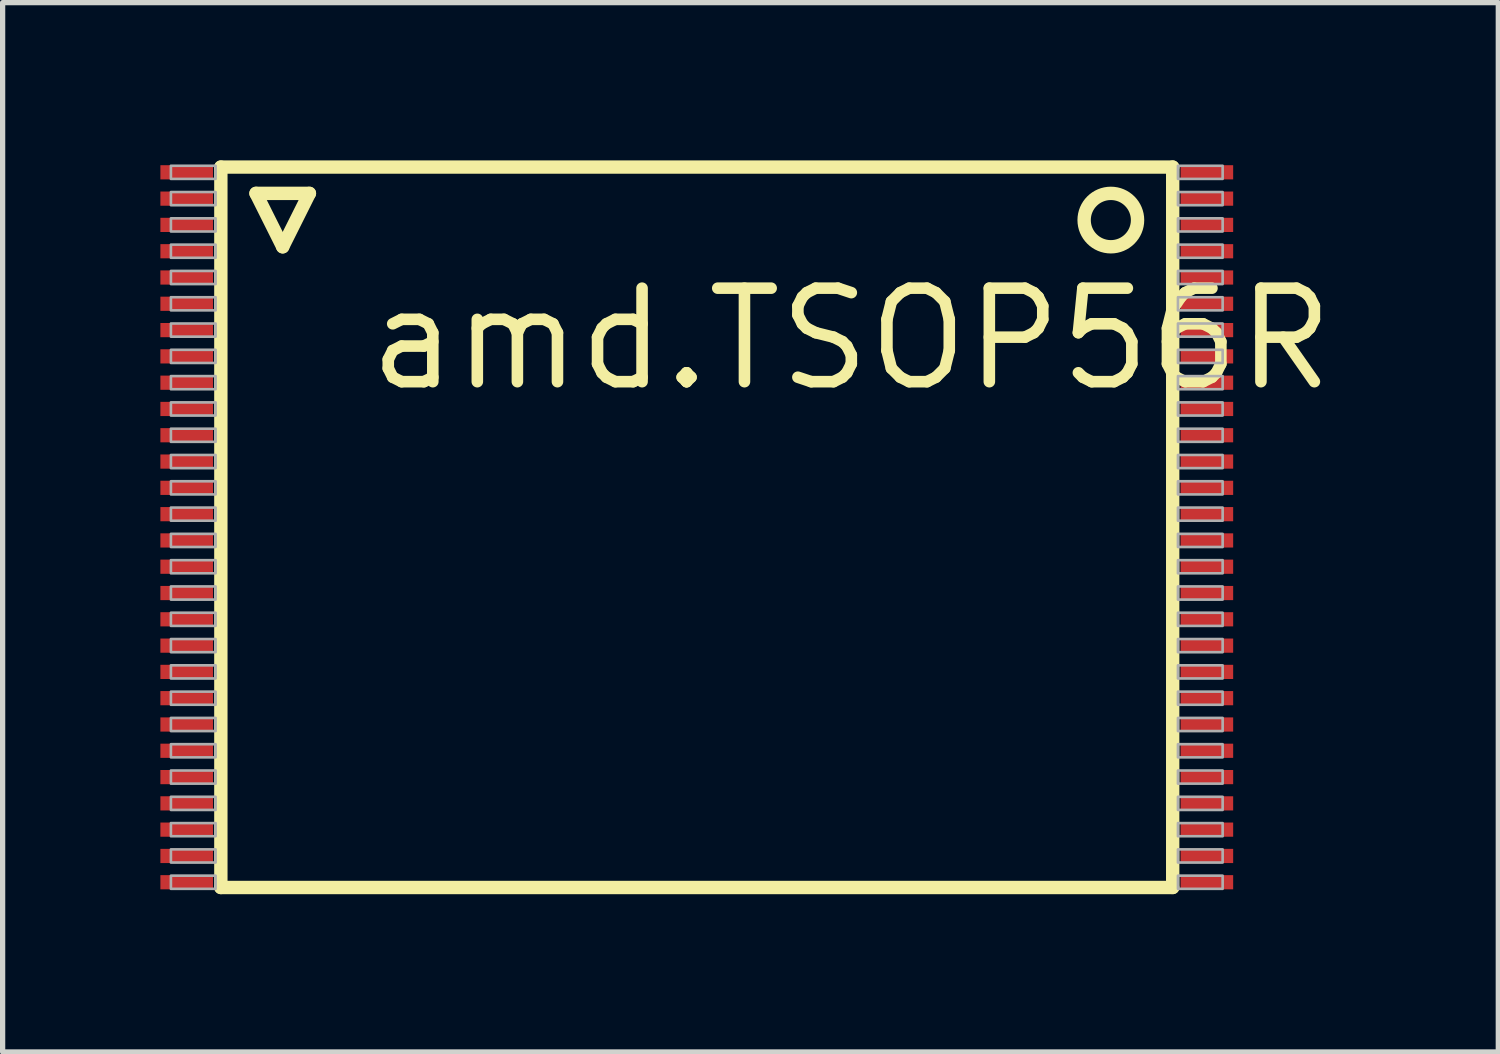
<source format=kicad_pcb>
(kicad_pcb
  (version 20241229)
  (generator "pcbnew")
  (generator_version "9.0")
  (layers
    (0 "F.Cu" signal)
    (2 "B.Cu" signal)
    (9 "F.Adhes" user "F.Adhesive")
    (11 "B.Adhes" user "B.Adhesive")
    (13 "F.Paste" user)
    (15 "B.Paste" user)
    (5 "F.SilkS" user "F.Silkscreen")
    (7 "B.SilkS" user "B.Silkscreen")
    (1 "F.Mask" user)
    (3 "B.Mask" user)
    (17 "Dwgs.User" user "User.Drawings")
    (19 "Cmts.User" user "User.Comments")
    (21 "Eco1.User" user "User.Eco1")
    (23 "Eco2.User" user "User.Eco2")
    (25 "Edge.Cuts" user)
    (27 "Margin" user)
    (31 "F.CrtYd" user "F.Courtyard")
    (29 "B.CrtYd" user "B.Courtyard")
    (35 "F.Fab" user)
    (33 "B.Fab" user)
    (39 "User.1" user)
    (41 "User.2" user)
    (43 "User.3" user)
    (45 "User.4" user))
  (footprint "amd.TSOP56R"
    (layer "F.Cu")
    (at 10.2 6.977)
    (property "Reference" "amd.TSOP56R" (at -6.35 -2.54 0) (layer "F.SilkS") (effects (font (size 1.778 1.778) (thickness 0.22)) (justify left bottom)))
    (attr smd)
    (fp_line (start -9.05 -6.85) (end 9.05 -6.85) (stroke (width 0.254) (type default)) (layer "F.SilkS"))
    (fp_line (start -9.05 6.85) (end -9.05 -6.85) (stroke (width 0.254) (type default)) (layer "F.SilkS"))
    (fp_line (start -8.382 -6.35) (end -7.366 -6.35) (stroke (width 0.254) (type default)) (layer "F.SilkS"))
    (fp_line (start -7.874 -5.334) (end -8.382 -6.35) (stroke (width 0.254) (type default)) (layer "F.SilkS"))
    (fp_line (start -7.366 -6.35) (end -7.874 -5.334) (stroke (width 0.254) (type default)) (layer "F.SilkS"))
    (fp_line (start 9.05 -6.85) (end 9.05 6.85) (stroke (width 0.254) (type default)) (layer "F.SilkS"))
    (fp_line (start 9.05 6.85) (end -9.05 6.85) (stroke (width 0.254) (type default)) (layer "F.SilkS"))
    (fp_circle (center 7.874 -5.842) (end 8.382 -5.842) (stroke (width 0.254) (type default)) (fill no) (layer "F.SilkS"))
    (fp_rect (start -10 -6.625) (end -9.15 -6.875) (stroke (width 0.05) (type default)) (fill no) (layer "F.Fab"))
    (fp_rect (start -10 -6.125) (end -9.15 -6.375) (stroke (width 0.05) (type default)) (fill no) (layer "F.Fab"))
    (fp_rect (start -10 -5.625) (end -9.15 -5.875) (stroke (width 0.05) (type default)) (fill no) (layer "F.Fab"))
    (fp_rect (start -10 -5.125) (end -9.15 -5.375) (stroke (width 0.05) (type default)) (fill no) (layer "F.Fab"))
    (fp_rect (start -10 -4.625) (end -9.15 -4.875) (stroke (width 0.05) (type default)) (fill no) (layer "F.Fab"))
    (fp_rect (start -10 -4.125) (end -9.15 -4.375) (stroke (width 0.05) (type default)) (fill no) (layer "F.Fab"))
    (fp_rect (start -10 -3.625) (end -9.15 -3.875) (stroke (width 0.05) (type default)) (fill no) (layer "F.Fab"))
    (fp_rect (start -10 -3.125) (end -9.15 -3.375) (stroke (width 0.05) (type default)) (fill no) (layer "F.Fab"))
    (fp_rect (start -10 -2.625) (end -9.15 -2.875) (stroke (width 0.05) (type default)) (fill no) (layer "F.Fab"))
    (fp_rect (start -10 -2.125) (end -9.15 -2.375) (stroke (width 0.05) (type default)) (fill no) (layer "F.Fab"))
    (fp_rect (start -10 -1.625) (end -9.15 -1.875) (stroke (width 0.05) (type default)) (fill no) (layer "F.Fab"))
    (fp_rect (start -10 -1.125) (end -9.15 -1.375) (stroke (width 0.05) (type default)) (fill no) (layer "F.Fab"))
    (fp_rect (start -10 -0.625) (end -9.15 -0.875) (stroke (width 0.05) (type default)) (fill no) (layer "F.Fab"))
    (fp_rect (start -10 -0.125) (end -9.15 -0.375) (stroke (width 0.05) (type default)) (fill no) (layer "F.Fab"))
    (fp_rect (start -10 0.375) (end -9.15 0.125) (stroke (width 0.05) (type default)) (fill no) (layer "F.Fab"))
    (fp_rect (start -10 0.875) (end -9.15 0.625) (stroke (width 0.05) (type default)) (fill no) (layer "F.Fab"))
    (fp_rect (start -10 1.375) (end -9.15 1.125) (stroke (width 0.05) (type default)) (fill no) (layer "F.Fab"))
    (fp_rect (start -10 1.875) (end -9.15 1.625) (stroke (width 0.05) (type default)) (fill no) (layer "F.Fab"))
    (fp_rect (start -10 2.375) (end -9.15 2.125) (stroke (width 0.05) (type default)) (fill no) (layer "F.Fab"))
    (fp_rect (start -10 2.875) (end -9.15 2.625) (stroke (width 0.05) (type default)) (fill no) (layer "F.Fab"))
    (fp_rect (start -10 3.375) (end -9.15 3.125) (stroke (width 0.05) (type default)) (fill no) (layer "F.Fab"))
    (fp_rect (start -10 3.875) (end -9.15 3.625) (stroke (width 0.05) (type default)) (fill no) (layer "F.Fab"))
    (fp_rect (start -10 4.375) (end -9.15 4.125) (stroke (width 0.05) (type default)) (fill no) (layer "F.Fab"))
    (fp_rect (start -10 4.875) (end -9.15 4.625) (stroke (width 0.05) (type default)) (fill no) (layer "F.Fab"))
    (fp_rect (start -10 5.375) (end -9.15 5.125) (stroke (width 0.05) (type default)) (fill no) (layer "F.Fab"))
    (fp_rect (start -10 5.875) (end -9.15 5.625) (stroke (width 0.05) (type default)) (fill no) (layer "F.Fab"))
    (fp_rect (start -10 6.375) (end -9.15 6.125) (stroke (width 0.05) (type default)) (fill no) (layer "F.Fab"))
    (fp_rect (start -10 6.875) (end -9.15 6.625) (stroke (width 0.05) (type default)) (fill no) (layer "F.Fab"))
    (fp_rect (start 9.15 -6.625) (end 10 -6.875) (stroke (width 0.05) (type default)) (fill no) (layer "F.Fab"))
    (fp_rect (start 9.15 -6.125) (end 10 -6.375) (stroke (width 0.05) (type default)) (fill no) (layer "F.Fab"))
    (fp_rect (start 9.15 -5.625) (end 10 -5.875) (stroke (width 0.05) (type default)) (fill no) (layer "F.Fab"))
    (fp_rect (start 9.15 -5.125) (end 10 -5.375) (stroke (width 0.05) (type default)) (fill no) (layer "F.Fab"))
    (fp_rect (start 9.15 -4.625) (end 10 -4.875) (stroke (width 0.05) (type default)) (fill no) (layer "F.Fab"))
    (fp_rect (start 9.15 -4.125) (end 10 -4.375) (stroke (width 0.05) (type default)) (fill no) (layer "F.Fab"))
    (fp_rect (start 9.15 -3.625) (end 10 -3.875) (stroke (width 0.05) (type default)) (fill no) (layer "F.Fab"))
    (fp_rect (start 9.15 -3.125) (end 10 -3.375) (stroke (width 0.05) (type default)) (fill no) (layer "F.Fab"))
    (fp_rect (start 9.15 -2.625) (end 10 -2.875) (stroke (width 0.05) (type default)) (fill no) (layer "F.Fab"))
    (fp_rect (start 9.15 -2.125) (end 10 -2.375) (stroke (width 0.05) (type default)) (fill no) (layer "F.Fab"))
    (fp_rect (start 9.15 -1.625) (end 10 -1.875) (stroke (width 0.05) (type default)) (fill no) (layer "F.Fab"))
    (fp_rect (start 9.15 -1.125) (end 10 -1.375) (stroke (width 0.05) (type default)) (fill no) (layer "F.Fab"))
    (fp_rect (start 9.15 -0.625) (end 10 -0.875) (stroke (width 0.05) (type default)) (fill no) (layer "F.Fab"))
    (fp_rect (start 9.15 -0.125) (end 10 -0.375) (stroke (width 0.05) (type default)) (fill no) (layer "F.Fab"))
    (fp_rect (start 9.15 0.375) (end 10 0.125) (stroke (width 0.05) (type default)) (fill no) (layer "F.Fab"))
    (fp_rect (start 9.15 0.875) (end 10 0.625) (stroke (width 0.05) (type default)) (fill no) (layer "F.Fab"))
    (fp_rect (start 9.15 1.375) (end 10 1.125) (stroke (width 0.05) (type default)) (fill no) (layer "F.Fab"))
    (fp_rect (start 9.15 1.875) (end 10 1.625) (stroke (width 0.05) (type default)) (fill no) (layer "F.Fab"))
    (fp_rect (start 9.15 2.375) (end 10 2.125) (stroke (width 0.05) (type default)) (fill no) (layer "F.Fab"))
    (fp_rect (start 9.15 2.875) (end 10 2.625) (stroke (width 0.05) (type default)) (fill no) (layer "F.Fab"))
    (fp_rect (start 9.15 3.375) (end 10 3.125) (stroke (width 0.05) (type default)) (fill no) (layer "F.Fab"))
    (fp_rect (start 9.15 3.875) (end 10 3.625) (stroke (width 0.05) (type default)) (fill no) (layer "F.Fab"))
    (fp_rect (start 9.15 4.375) (end 10 4.125) (stroke (width 0.05) (type default)) (fill no) (layer "F.Fab"))
    (fp_rect (start 9.15 4.875) (end 10 4.625) (stroke (width 0.05) (type default)) (fill no) (layer "F.Fab"))
    (fp_rect (start 9.15 5.375) (end 10 5.125) (stroke (width 0.05) (type default)) (fill no) (layer "F.Fab"))
    (fp_rect (start 9.15 5.875) (end 10 5.625) (stroke (width 0.05) (type default)) (fill no) (layer "F.Fab"))
    (fp_rect (start 9.15 6.375) (end 10 6.125) (stroke (width 0.05) (type default)) (fill no) (layer "F.Fab"))
    (fp_rect (start 9.15 6.875) (end 10 6.625) (stroke (width 0.05) (type default)) (fill no) (layer "F.Fab"))
    (pad "1" smd roundrect (at -9.7 -6.75) (size 1 0.27) (layers "F.Cu" "F.Mask" "F.Paste") (roundrect_rratio 0.01))
    (pad "2" smd roundrect (at -9.7 -6.25) (size 1 0.27) (layers "F.Cu" "F.Mask" "F.Paste") (roundrect_rratio 0.01))
    (pad "3" smd roundrect (at -9.7 -5.75) (size 1 0.27) (layers "F.Cu" "F.Mask" "F.Paste") (roundrect_rratio 0.01))
    (pad "4" smd roundrect (at -9.7 -5.25) (size 1 0.27) (layers "F.Cu" "F.Mask" "F.Paste") (roundrect_rratio 0.01))
    (pad "5" smd roundrect (at -9.7 -4.75) (size 1 0.27) (layers "F.Cu" "F.Mask" "F.Paste") (roundrect_rratio 0.01))
    (pad "6" smd roundrect (at -9.7 -4.25) (size 1 0.27) (layers "F.Cu" "F.Mask" "F.Paste") (roundrect_rratio 0.01))
    (pad "7" smd roundrect (at -9.7 -3.75) (size 1 0.27) (layers "F.Cu" "F.Mask" "F.Paste") (roundrect_rratio 0.01))
    (pad "8" smd roundrect (at -9.7 -3.25) (size 1 0.27) (layers "F.Cu" "F.Mask" "F.Paste") (roundrect_rratio 0.01))
    (pad "9" smd roundrect (at -9.7 -2.75) (size 1 0.27) (layers "F.Cu" "F.Mask" "F.Paste") (roundrect_rratio 0.01))
    (pad "10" smd roundrect (at -9.7 -2.25) (size 1 0.27) (layers "F.Cu" "F.Mask" "F.Paste") (roundrect_rratio 0.01))
    (pad "11" smd roundrect (at -9.7 -1.75) (size 1 0.27) (layers "F.Cu" "F.Mask" "F.Paste") (roundrect_rratio 0.01))
    (pad "12" smd roundrect (at -9.7 -1.25) (size 1 0.27) (layers "F.Cu" "F.Mask" "F.Paste") (roundrect_rratio 0.01))
    (pad "13" smd roundrect (at -9.7 -0.75) (size 1 0.27) (layers "F.Cu" "F.Mask" "F.Paste") (roundrect_rratio 0.01))
    (pad "14" smd roundrect (at -9.7 -0.25) (size 1 0.27) (layers "F.Cu" "F.Mask" "F.Paste") (roundrect_rratio 0.01))
    (pad "15" smd roundrect (at -9.7 0.25) (size 1 0.27) (layers "F.Cu" "F.Mask" "F.Paste") (roundrect_rratio 0.01))
    (pad "16" smd roundrect (at -9.7 0.75) (size 1 0.27) (layers "F.Cu" "F.Mask" "F.Paste") (roundrect_rratio 0.01))
    (pad "17" smd roundrect (at -9.7 1.25) (size 1 0.27) (layers "F.Cu" "F.Mask" "F.Paste") (roundrect_rratio 0.01))
    (pad "18" smd roundrect (at -9.7 1.75) (size 1 0.27) (layers "F.Cu" "F.Mask" "F.Paste") (roundrect_rratio 0.01))
    (pad "19" smd roundrect (at -9.7 2.25) (size 1 0.27) (layers "F.Cu" "F.Mask" "F.Paste") (roundrect_rratio 0.01))
    (pad "20" smd roundrect (at -9.7 2.75) (size 1 0.27) (layers "F.Cu" "F.Mask" "F.Paste") (roundrect_rratio 0.01))
    (pad "21" smd roundrect (at -9.7 3.25) (size 1 0.27) (layers "F.Cu" "F.Mask" "F.Paste") (roundrect_rratio 0.01))
    (pad "22" smd roundrect (at -9.7 3.75) (size 1 0.27) (layers "F.Cu" "F.Mask" "F.Paste") (roundrect_rratio 0.01))
    (pad "23" smd roundrect (at -9.7 4.25) (size 1 0.27) (layers "F.Cu" "F.Mask" "F.Paste") (roundrect_rratio 0.01))
    (pad "24" smd roundrect (at -9.7 4.75) (size 1 0.27) (layers "F.Cu" "F.Mask" "F.Paste") (roundrect_rratio 0.01))
    (pad "25" smd roundrect (at -9.7 5.25) (size 1 0.27) (layers "F.Cu" "F.Mask" "F.Paste") (roundrect_rratio 0.01))
    (pad "26" smd roundrect (at -9.7 5.75) (size 1 0.27) (layers "F.Cu" "F.Mask" "F.Paste") (roundrect_rratio 0.01))
    (pad "27" smd roundrect (at -9.7 6.25) (size 1 0.27) (layers "F.Cu" "F.Mask" "F.Paste") (roundrect_rratio 0.01))
    (pad "28" smd roundrect (at -9.7 6.75) (size 1 0.27) (layers "F.Cu" "F.Mask" "F.Paste") (roundrect_rratio 0.01))
    (pad "29" smd roundrect (at 9.7 6.75 180) (size 1 0.27) (layers "F.Cu" "F.Mask" "F.Paste") (roundrect_rratio 0.01))
    (pad "30" smd roundrect (at 9.7 6.25 180) (size 1 0.27) (layers "F.Cu" "F.Mask" "F.Paste") (roundrect_rratio 0.01))
    (pad "31" smd roundrect (at 9.7 5.75 180) (size 1 0.27) (layers "F.Cu" "F.Mask" "F.Paste") (roundrect_rratio 0.01))
    (pad "32" smd roundrect (at 9.7 5.25 180) (size 1 0.27) (layers "F.Cu" "F.Mask" "F.Paste") (roundrect_rratio 0.01))
    (pad "33" smd roundrect (at 9.7 4.75 180) (size 1 0.27) (layers "F.Cu" "F.Mask" "F.Paste") (roundrect_rratio 0.01))
    (pad "34" smd roundrect (at 9.7 4.25 180) (size 1 0.27) (layers "F.Cu" "F.Mask" "F.Paste") (roundrect_rratio 0.01))
    (pad "35" smd roundrect (at 9.7 3.75 180) (size 1 0.27) (layers "F.Cu" "F.Mask" "F.Paste") (roundrect_rratio 0.01))
    (pad "36" smd roundrect (at 9.7 3.25 180) (size 1 0.27) (layers "F.Cu" "F.Mask" "F.Paste") (roundrect_rratio 0.01))
    (pad "37" smd roundrect (at 9.7 2.75 180) (size 1 0.27) (layers "F.Cu" "F.Mask" "F.Paste") (roundrect_rratio 0.01))
    (pad "38" smd roundrect (at 9.7 2.25 180) (size 1 0.27) (layers "F.Cu" "F.Mask" "F.Paste") (roundrect_rratio 0.01))
    (pad "39" smd roundrect (at 9.7 1.75 180) (size 1 0.27) (layers "F.Cu" "F.Mask" "F.Paste") (roundrect_rratio 0.01))
    (pad "40" smd roundrect (at 9.7 1.25 180) (size 1 0.27) (layers "F.Cu" "F.Mask" "F.Paste") (roundrect_rratio 0.01))
    (pad "41" smd roundrect (at 9.7 0.75 180) (size 1 0.27) (layers "F.Cu" "F.Mask" "F.Paste") (roundrect_rratio 0.01))
    (pad "42" smd roundrect (at 9.7 0.25 180) (size 1 0.27) (layers "F.Cu" "F.Mask" "F.Paste") (roundrect_rratio 0.01))
    (pad "43" smd roundrect (at 9.7 -0.25 180) (size 1 0.27) (layers "F.Cu" "F.Mask" "F.Paste") (roundrect_rratio 0.01))
    (pad "44" smd roundrect (at 9.7 -0.75 180) (size 1 0.27) (layers "F.Cu" "F.Mask" "F.Paste") (roundrect_rratio 0.01))
    (pad "45" smd roundrect (at 9.7 -1.25 180) (size 1 0.27) (layers "F.Cu" "F.Mask" "F.Paste") (roundrect_rratio 0.01))
    (pad "46" smd roundrect (at 9.7 -1.75 180) (size 1 0.27) (layers "F.Cu" "F.Mask" "F.Paste") (roundrect_rratio 0.01))
    (pad "47" smd roundrect (at 9.7 -2.25 180) (size 1 0.27) (layers "F.Cu" "F.Mask" "F.Paste") (roundrect_rratio 0.01))
    (pad "48" smd roundrect (at 9.7 -2.75 180) (size 1 0.27) (layers "F.Cu" "F.Mask" "F.Paste") (roundrect_rratio 0.01))
    (pad "49" smd roundrect (at 9.7 -3.25 180) (size 1 0.27) (layers "F.Cu" "F.Mask" "F.Paste") (roundrect_rratio 0.01))
    (pad "50" smd roundrect (at 9.7 -3.75 180) (size 1 0.27) (layers "F.Cu" "F.Mask" "F.Paste") (roundrect_rratio 0.01))
    (pad "51" smd roundrect (at 9.7 -4.25 180) (size 1 0.27) (layers "F.Cu" "F.Mask" "F.Paste") (roundrect_rratio 0.01))
    (pad "52" smd roundrect (at 9.7 -4.75 180) (size 1 0.27) (layers "F.Cu" "F.Mask" "F.Paste") (roundrect_rratio 0.01))
    (pad "53" smd roundrect (at 9.7 -5.25 180) (size 1 0.27) (layers "F.Cu" "F.Mask" "F.Paste") (roundrect_rratio 0.01))
    (pad "54" smd roundrect (at 9.7 -5.75 180) (size 1 0.27) (layers "F.Cu" "F.Mask" "F.Paste") (roundrect_rratio 0.01))
    (pad "55" smd roundrect (at 9.7 -6.25 180) (size 1 0.27) (layers "F.Cu" "F.Mask" "F.Paste") (roundrect_rratio 0.01))
    (pad "56" smd roundrect (at 9.7 -6.75 180) (size 1 0.27) (layers "F.Cu" "F.Mask" "F.Paste") (roundrect_rratio 0.01)))
  (gr_rect
    (start -3 -3)
    (end 25.442 16.954)
    (stroke (width 0.1) (type default))
    (fill no)
    (layer "Edge.Cuts")))
</source>
